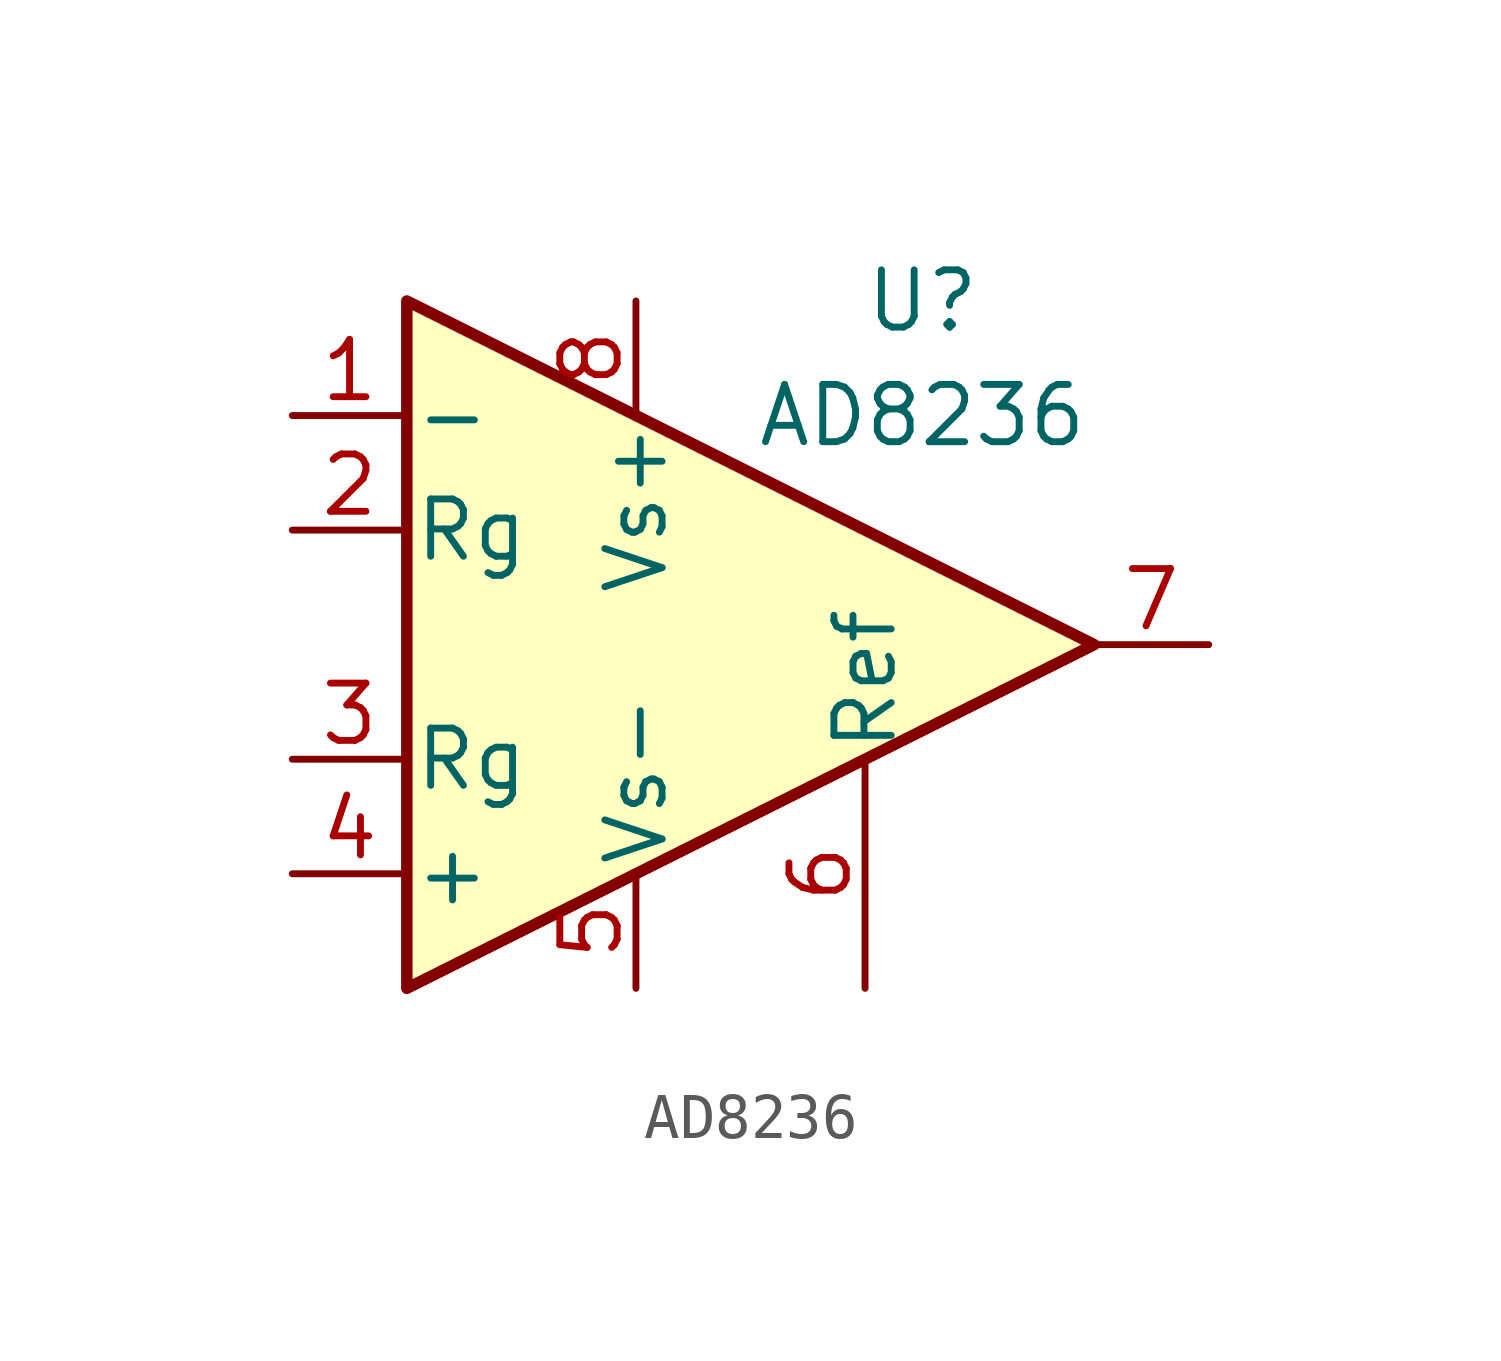
<source format=kicad_sym>
(kicad_symbol_lib
  (version 20211014)
  (generator kicad_symbol_editor)
  (symbol "AD8236"
    (pin_names
      (offset 0.127))
    (property "Reference" "U"
      (at 3.81 7.62 0)
      (effects (font (size 1.27 1.27))))
    (property "Value" "AD8236"
      (at 3.81 5.08 0)
      (effects (font (size 1.27 1.27))))
    (symbol "AD8236_0_1"
      (polyline (pts (xy -7.62 7.62) (xy -7.62 -7.62) (xy 7.62 0) (xy -7.62 7.62)) (stroke (width 0.254) (type default) (color 0 0 0 0)) (fill (type background))))
    (symbol "AD8236_1_1"
      (pin input line (at -10.16 5.08 0) (length 2.54) (name "-" (effects (font (size 1.27 1.27)))) (number "1" (effects (font (size 1.27 1.27)))))
      (pin passive line (at -10.16 2.54 0) (length 2.54) (name "Rg" (effects (font (size 1.27 1.27)))) (number "2" (effects (font (size 1.27 1.27)))))
      (pin passive line (at -10.16 -2.54 0) (length 2.54) (name "Rg" (effects (font (size 1.27 1.27)))) (number "3" (effects (font (size 1.27 1.27)))))
      (pin input line (at -10.16 -5.08 0) (length 2.54) (name "+" (effects (font (size 1.27 1.27)))) (number "4" (effects (font (size 1.27 1.27)))))
      (pin power_in line (at -2.54 -7.62 90) (length 2.54) (name "Vs-" (effects (font (size 1.27 1.27)))) (number "5" (effects (font (size 1.27 1.27)))))
      (pin passive line (at 2.54 -7.62 90) (length 5.08) (name "Ref" (effects (font (size 1.27 1.27)))) (number "6" (effects (font (size 1.27 1.27)))))
      (pin output line (at 10.16 0 180) (length 2.54) (name "~" (effects (font (size 1.27 1.27)))) (number "7" (effects (font (size 1.27 1.27)))))
      (pin power_in line (at -2.54 7.62 270) (length 2.54) (name "Vs+" (effects (font (size 1.27 1.27)))) (number "8" (effects (font (size 1.27 1.27))))))))
</source>
